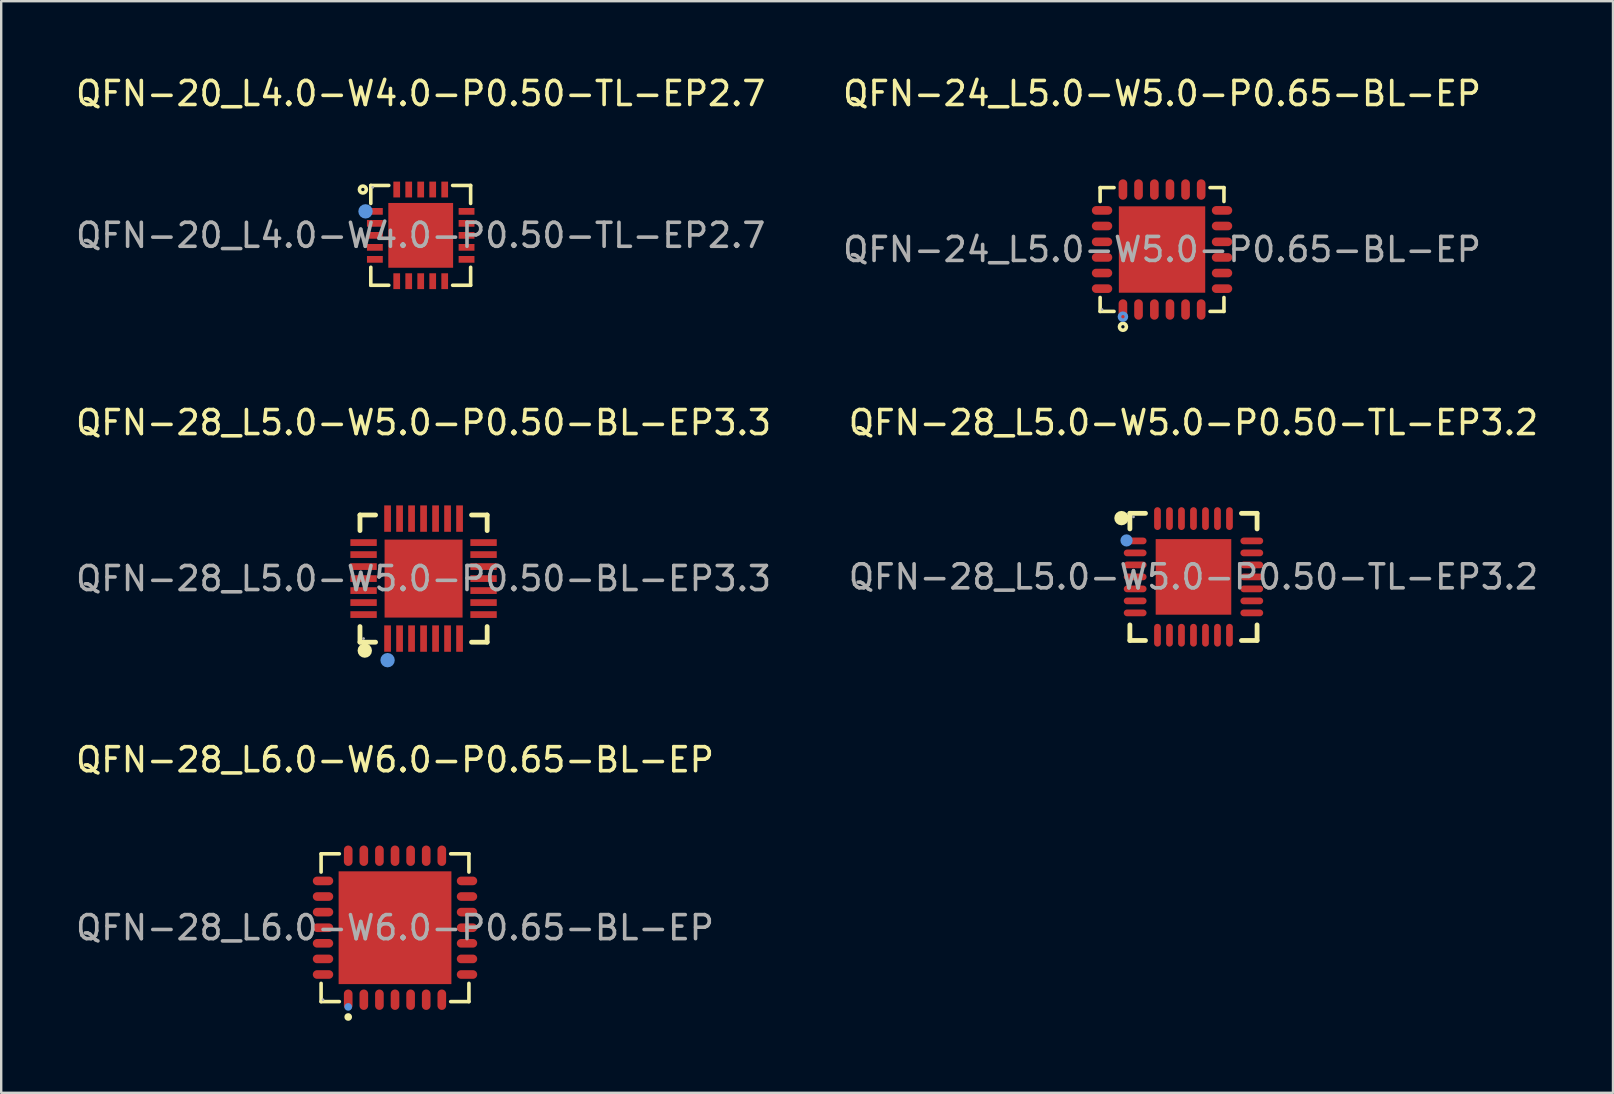
<source format=kicad_pcb>
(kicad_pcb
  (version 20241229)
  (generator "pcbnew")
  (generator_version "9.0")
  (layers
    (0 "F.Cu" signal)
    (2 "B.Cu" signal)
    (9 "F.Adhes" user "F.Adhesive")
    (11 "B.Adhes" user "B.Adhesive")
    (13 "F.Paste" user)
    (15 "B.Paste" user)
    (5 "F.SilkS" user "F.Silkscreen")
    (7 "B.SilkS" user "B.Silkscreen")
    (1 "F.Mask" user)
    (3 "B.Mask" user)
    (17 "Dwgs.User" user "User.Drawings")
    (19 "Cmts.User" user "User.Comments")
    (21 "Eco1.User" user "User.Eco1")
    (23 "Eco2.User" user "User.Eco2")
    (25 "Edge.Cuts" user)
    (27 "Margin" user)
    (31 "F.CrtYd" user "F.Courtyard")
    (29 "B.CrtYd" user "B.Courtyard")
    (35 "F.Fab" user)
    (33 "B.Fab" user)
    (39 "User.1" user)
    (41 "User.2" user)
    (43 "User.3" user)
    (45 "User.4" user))
  (footprint "QFN-24_L5.0-W5.0-P0.65-BL-EP"
    (layer "F.Cu")
    (at 45.375 7.348)
    (property "Reference" "QFN-24_L5.0-W5.0-P0.65-BL-EP" (at 0 -6.5 0) (layer "F.SilkS") (effects (font (size 1 1) (thickness 0.15))))
    (attr through_hole)
    (fp_line (start -2.58 -2.58) (end -2 -2.58) (stroke (width 0.15) (type solid)) (layer "F.SilkS"))
    (fp_line (start -2.58 -2) (end -2.58 -2.58) (stroke (width 0.15) (type solid)) (layer "F.SilkS"))
    (fp_line (start -2.58 2) (end -2.58 2.58) (stroke (width 0.15) (type solid)) (layer "F.SilkS"))
    (fp_line (start -2.58 2.58) (end -2 2.58) (stroke (width 0.15) (type solid)) (layer "F.SilkS"))
    (fp_line (start 2.58 -2.58) (end 2 -2.58) (stroke (width 0.15) (type solid)) (layer "F.SilkS"))
    (fp_line (start 2.58 -2) (end 2.58 -2.58) (stroke (width 0.15) (type solid)) (layer "F.SilkS"))
    (fp_line (start 2.58 2) (end 2.58 2.58) (stroke (width 0.15) (type solid)) (layer "F.SilkS"))
    (fp_line (start 2.58 2.58) (end 2 2.58) (stroke (width 0.15) (type solid)) (layer "F.SilkS"))
    (fp_circle (center -1.63 3.22) (end -1.56 3.22) (stroke (width 0.15) (type solid)) (fill no) (layer "F.SilkS"))
    (fp_circle (center -1.63 2.8) (end -1.56 2.8) (stroke (width 0.15) (type solid)) (fill no) (layer "Cmts.User"))
    (fp_circle (center -2.5 2.5) (end -2.47 2.5) (stroke (width 0.06) (type solid)) (fill no) (layer "F.Fab"))
    (fp_text user "${REFERENCE}" (at 0 0 0) (layer "F.Fab") (effects (font (size 1 1) (thickness 0.15))))
    (pad "1" smd oval (at -1.63 2.5) (size 0.36 0.85) (layers "F.Cu" "F.Mask" "F.Paste"))
    (pad "2" smd oval (at -0.98 2.5) (size 0.36 0.85) (layers "F.Cu" "F.Mask" "F.Paste"))
    (pad "3" smd oval (at -0.32 2.5) (size 0.36 0.85) (layers "F.Cu" "F.Mask" "F.Paste"))
    (pad "4" smd oval (at 0.33 2.5) (size 0.36 0.85) (layers "F.Cu" "F.Mask" "F.Paste"))
    (pad "5" smd oval (at 0.98 2.5) (size 0.36 0.85) (layers "F.Cu" "F.Mask" "F.Paste"))
    (pad "6" smd oval (at 1.63 2.5) (size 0.36 0.85) (layers "F.Cu" "F.Mask" "F.Paste"))
    (pad "7" smd oval (at 2.5 1.63) (size 0.85 0.36) (layers "F.Cu" "F.Mask" "F.Paste"))
    (pad "8" smd oval (at 2.5 0.98) (size 0.85 0.36) (layers "F.Cu" "F.Mask" "F.Paste"))
    (pad "9" smd oval (at 2.5 0.33) (size 0.85 0.36) (layers "F.Cu" "F.Mask" "F.Paste"))
    (pad "10" smd oval (at 2.5 -0.32) (size 0.85 0.36) (layers "F.Cu" "F.Mask" "F.Paste"))
    (pad "11" smd oval (at 2.5 -0.98) (size 0.85 0.36) (layers "F.Cu" "F.Mask" "F.Paste"))
    (pad "12" smd oval (at 2.5 -1.63) (size 0.85 0.36) (layers "F.Cu" "F.Mask" "F.Paste"))
    (pad "13" smd oval (at 1.63 -2.5) (size 0.36 0.85) (layers "F.Cu" "F.Mask" "F.Paste"))
    (pad "14" smd oval (at 0.98 -2.5) (size 0.36 0.85) (layers "F.Cu" "F.Mask" "F.Paste"))
    (pad "15" smd oval (at 0.33 -2.5) (size 0.36 0.85) (layers "F.Cu" "F.Mask" "F.Paste"))
    (pad "16" smd oval (at -0.32 -2.5) (size 0.36 0.85) (layers "F.Cu" "F.Mask" "F.Paste"))
    (pad "17" smd oval (at -0.98 -2.5) (size 0.36 0.85) (layers "F.Cu" "F.Mask" "F.Paste"))
    (pad "18" smd oval (at -1.63 -2.5) (size 0.36 0.85) (layers "F.Cu" "F.Mask" "F.Paste"))
    (pad "19" smd oval (at -2.5 -1.63) (size 0.85 0.36) (layers "F.Cu" "F.Mask" "F.Paste"))
    (pad "20" smd oval (at -2.5 -0.98) (size 0.85 0.36) (layers "F.Cu" "F.Mask" "F.Paste"))
    (pad "21" smd oval (at -2.5 -0.32) (size 0.85 0.36) (layers "F.Cu" "F.Mask" "F.Paste"))
    (pad "22" smd oval (at -2.5 0.33) (size 0.85 0.36) (layers "F.Cu" "F.Mask" "F.Paste"))
    (pad "23" smd oval (at -2.5 0.98) (size 0.85 0.36) (layers "F.Cu" "F.Mask" "F.Paste"))
    (pad "24" smd oval (at -2.5 1.63) (size 0.85 0.36) (layers "F.Cu" "F.Mask" "F.Paste"))
    (pad "25" smd rect (at 0 0) (size 3.6 3.6) (layers "F.Cu" "F.Mask" "F.Paste")))
  (footprint "QFN-28_L5.0-W5.0-P0.50-BL-EP3.3"
    (layer "F.Cu")
    (at 14.601 21.061)
    (property "Reference" "QFN-28_L5.0-W5.0-P0.50-BL-EP3.3" (at 0 -6.5 0) (layer "F.SilkS") (effects (font (size 1 1) (thickness 0.15))))
    (attr through_hole)
    (fp_line (start -2.65 -2.65) (end -2.65 -2) (stroke (width 0.2) (type solid)) (layer "F.SilkS"))
    (fp_line (start -2.65 2.65) (end -2.65 2) (stroke (width 0.2) (type solid)) (layer "F.SilkS"))
    (fp_line (start -2 -2.65) (end -2.65 -2.65) (stroke (width 0.2) (type solid)) (layer "F.SilkS"))
    (fp_line (start -2 2.65) (end -2.65 2.65) (stroke (width 0.2) (type solid)) (layer "F.SilkS"))
    (fp_line (start 2 2.65) (end 2.65 2.65) (stroke (width 0.2) (type solid)) (layer "F.SilkS"))
    (fp_line (start 2.65 -2.65) (end 2 -2.65) (stroke (width 0.2) (type solid)) (layer "F.SilkS"))
    (fp_line (start 2.65 -2) (end 2.65 -2.65) (stroke (width 0.2) (type solid)) (layer "F.SilkS"))
    (fp_line (start 2.65 2.65) (end 2.65 2) (stroke (width 0.2) (type solid)) (layer "F.SilkS"))
    (fp_arc (start -2.45 3) (mid -2.45 3) (end -2.45 3) (stroke (width 0.3) (type solid)) (layer "F.SilkS"))
    (fp_circle (center -1.5 3.4) (end -1.35 3.4) (stroke (width 0.3) (type solid)) (fill no) (layer "Cmts.User"))
    (fp_circle (center -2.5 2.5) (end -2.47 2.5) (stroke (width 0.06) (type solid)) (fill no) (layer "F.Fab"))
    (fp_text user "${REFERENCE}" (at 0 0 0) (layer "F.Fab") (effects (font (size 1 1) (thickness 0.15))))
    (pad "1" smd rect (at -1.5 2.5 180) (size 0.28 1.1) (layers "F.Cu" "F.Mask" "F.Paste"))
    (pad "2" smd rect (at -1 2.5 180) (size 0.28 1.1) (layers "F.Cu" "F.Mask" "F.Paste"))
    (pad "3" smd rect (at -0.5 2.5 180) (size 0.28 1.1) (layers "F.Cu" "F.Mask" "F.Paste"))
    (pad "4" smd rect (at 0 2.5 180) (size 0.28 1.1) (layers "F.Cu" "F.Mask" "F.Paste"))
    (pad "5" smd rect (at 0.5 2.5 180) (size 0.28 1.1) (layers "F.Cu" "F.Mask" "F.Paste"))
    (pad "6" smd rect (at 1 2.5 180) (size 0.28 1.1) (layers "F.Cu" "F.Mask" "F.Paste"))
    (pad "7" smd rect (at 1.5 2.5 180) (size 0.28 1.1) (layers "F.Cu" "F.Mask" "F.Paste"))
    (pad "8" smd rect (at 2.5 1.5 90) (size 0.28 1.1) (layers "F.Cu" "F.Mask" "F.Paste"))
    (pad "9" smd rect (at 2.5 1 90) (size 0.28 1.1) (layers "F.Cu" "F.Mask" "F.Paste"))
    (pad "10" smd rect (at 2.5 0.5 90) (size 0.28 1.1) (layers "F.Cu" "F.Mask" "F.Paste"))
    (pad "11" smd rect (at 2.5 0 90) (size 0.28 1.1) (layers "F.Cu" "F.Mask" "F.Paste"))
    (pad "12" smd rect (at 2.5 -0.5 90) (size 0.28 1.1) (layers "F.Cu" "F.Mask" "F.Paste"))
    (pad "13" smd rect (at 2.5 -1 90) (size 0.28 1.1) (layers "F.Cu" "F.Mask" "F.Paste"))
    (pad "14" smd rect (at 2.5 -1.5 90) (size 0.28 1.1) (layers "F.Cu" "F.Mask" "F.Paste"))
    (pad "15" smd rect (at 1.5 -2.5 180) (size 0.28 1.1) (layers "F.Cu" "F.Mask" "F.Paste"))
    (pad "16" smd rect (at 1 -2.5 180) (size 0.28 1.1) (layers "F.Cu" "F.Mask" "F.Paste"))
    (pad "17" smd rect (at 0.5 -2.5 180) (size 0.28 1.1) (layers "F.Cu" "F.Mask" "F.Paste"))
    (pad "18" smd rect (at 0 -2.5 180) (size 0.28 1.1) (layers "F.Cu" "F.Mask" "F.Paste"))
    (pad "19" smd rect (at -0.5 -2.5 180) (size 0.28 1.1) (layers "F.Cu" "F.Mask" "F.Paste"))
    (pad "20" smd rect (at -1 -2.5 180) (size 0.28 1.1) (layers "F.Cu" "F.Mask" "F.Paste"))
    (pad "21" smd rect (at -1.5 -2.5 180) (size 0.28 1.1) (layers "F.Cu" "F.Mask" "F.Paste"))
    (pad "22" smd rect (at -2.5 -1.5 90) (size 0.28 1.1) (layers "F.Cu" "F.Mask" "F.Paste"))
    (pad "23" smd rect (at -2.5 -1 90) (size 0.28 1.1) (layers "F.Cu" "F.Mask" "F.Paste"))
    (pad "24" smd rect (at -2.5 -0.5 90) (size 0.28 1.1) (layers "F.Cu" "F.Mask" "F.Paste"))
    (pad "25" smd rect (at -2.5 0 90) (size 0.28 1.1) (layers "F.Cu" "F.Mask" "F.Paste"))
    (pad "26" smd rect (at -2.5 0.5 90) (size 0.28 1.1) (layers "F.Cu" "F.Mask" "F.Paste"))
    (pad "27" smd rect (at -2.5 1 90) (size 0.28 1.1) (layers "F.Cu" "F.Mask" "F.Paste"))
    (pad "28" smd rect (at -2.5 1.5 90) (size 0.28 1.1) (layers "F.Cu" "F.Mask" "F.Paste"))
    (pad "29" smd rect (at 0 0 90) (size 3.25 3.25) (layers "F.Cu" "F.Mask" "F.Paste")))
  (footprint "QFN-20_L4.0-W4.0-P0.50-TL-EP2.7"
    (layer "F.Cu")
    (at 14.482 6.758)
    (property "Reference" "QFN-20_L4.0-W4.0-P0.50-TL-EP2.7" (at 0 -5.91 0) (layer "F.SilkS") (effects (font (size 1 1) (thickness 0.15))))
    (attr through_hole)
    (fp_line (start -2.08 -2.08) (end -2.08 -1.33) (stroke (width 0.15) (type solid)) (layer "F.SilkS"))
    (fp_line (start -2.08 2.08) (end -2.08 1.33) (stroke (width 0.15) (type solid)) (layer "F.SilkS"))
    (fp_line (start -1.33 -2.08) (end -2.08 -2.08) (stroke (width 0.15) (type solid)) (layer "F.SilkS"))
    (fp_line (start -1.33 2.08) (end -2.08 2.08) (stroke (width 0.15) (type solid)) (layer "F.SilkS"))
    (fp_line (start 1.33 -2.08) (end 2.08 -2.08) (stroke (width 0.15) (type solid)) (layer "F.SilkS"))
    (fp_line (start 1.33 2.08) (end 2.08 2.08) (stroke (width 0.15) (type solid)) (layer "F.SilkS"))
    (fp_line (start 2.08 -2.08) (end 2.08 -1.33) (stroke (width 0.15) (type solid)) (layer "F.SilkS"))
    (fp_line (start 2.08 2.08) (end 2.08 1.33) (stroke (width 0.15) (type solid)) (layer "F.SilkS"))
    (fp_circle (center -2.41 -1.91) (end -2.34 -1.91) (stroke (width 0.15) (type solid)) (fill no) (layer "F.SilkS"))
    (fp_circle (center -2.3 -1) (end -2.15 -1) (stroke (width 0.3) (type solid)) (fill no) (layer "Cmts.User"))
    (fp_circle (center -2 -2) (end -1.97 -2) (stroke (width 0.06) (type solid)) (fill no) (layer "F.Fab"))
    (fp_text user "${REFERENCE}" (at 0 0 0) (layer "F.Fab") (effects (font (size 1 1) (thickness 0.15))))
    (pad "1" smd rect (at -1.91 -1) (size 0.66 0.28) (layers "F.Cu" "F.Mask" "F.Paste"))
    (pad "2" smd rect (at -1.91 -0.5) (size 0.66 0.28) (layers "F.Cu" "F.Mask" "F.Paste"))
    (pad "3" smd rect (at -1.91 0) (size 0.66 0.28) (layers "F.Cu" "F.Mask" "F.Paste"))
    (pad "4" smd rect (at -1.91 0.5) (size 0.66 0.28) (layers "F.Cu" "F.Mask" "F.Paste"))
    (pad "5" smd rect (at -1.91 1) (size 0.66 0.28) (layers "F.Cu" "F.Mask" "F.Paste"))
    (pad "6" smd rect (at -1 1.91) (size 0.28 0.66) (layers "F.Cu" "F.Mask" "F.Paste"))
    (pad "7" smd rect (at -0.5 1.91) (size 0.28 0.66) (layers "F.Cu" "F.Mask" "F.Paste"))
    (pad "8" smd rect (at 0 1.91) (size 0.28 0.66) (layers "F.Cu" "F.Mask" "F.Paste"))
    (pad "9" smd rect (at 0.5 1.91) (size 0.28 0.66) (layers "F.Cu" "F.Mask" "F.Paste"))
    (pad "10" smd rect (at 1 1.91) (size 0.28 0.66) (layers "F.Cu" "F.Mask" "F.Paste"))
    (pad "11" smd rect (at 1.91 1) (size 0.66 0.28) (layers "F.Cu" "F.Mask" "F.Paste"))
    (pad "12" smd rect (at 1.91 0.5) (size 0.66 0.28) (layers "F.Cu" "F.Mask" "F.Paste"))
    (pad "13" smd rect (at 1.91 0) (size 0.66 0.28) (layers "F.Cu" "F.Mask" "F.Paste"))
    (pad "14" smd rect (at 1.91 -0.5) (size 0.66 0.28) (layers "F.Cu" "F.Mask" "F.Paste"))
    (pad "15" smd rect (at 1.91 -1) (size 0.66 0.28) (layers "F.Cu" "F.Mask" "F.Paste"))
    (pad "16" smd rect (at 1 -1.91) (size 0.28 0.66) (layers "F.Cu" "F.Mask" "F.Paste"))
    (pad "17" smd rect (at 0.5 -1.91) (size 0.28 0.66) (layers "F.Cu" "F.Mask" "F.Paste"))
    (pad "18" smd rect (at 0 -1.91) (size 0.28 0.66) (layers "F.Cu" "F.Mask" "F.Paste"))
    (pad "19" smd rect (at -0.5 -1.91) (size 0.28 0.66) (layers "F.Cu" "F.Mask" "F.Paste"))
    (pad "20" smd rect (at -1 -1.91) (size 0.28 0.66) (layers "F.Cu" "F.Mask" "F.Paste"))
    (pad "21" smd rect (at 0 0) (size 2.7 2.7) (layers "F.Cu" "F.Mask" "F.Paste")))
  (footprint "QFN-28_L6.0-W6.0-P0.65-BL-EP"
    (layer "F.Cu")
    (at 13.411 35.61)
    (property "Reference" "QFN-28_L6.0-W6.0-P0.65-BL-EP" (at 0 -7 0) (layer "F.SilkS") (effects (font (size 1 1) (thickness 0.15))))
    (attr through_hole)
    (fp_line (start -3.08 -3.08) (end -2.32 -3.08) (stroke (width 0.15) (type solid)) (layer "F.SilkS"))
    (fp_line (start -3.08 -2.32) (end -3.08 -3.08) (stroke (width 0.15) (type solid)) (layer "F.SilkS"))
    (fp_line (start -3.08 2.32) (end -3.08 3.08) (stroke (width 0.15) (type solid)) (layer "F.SilkS"))
    (fp_line (start -3.08 3.08) (end -2.32 3.08) (stroke (width 0.15) (type solid)) (layer "F.SilkS"))
    (fp_line (start 3.08 -3.08) (end 2.32 -3.08) (stroke (width 0.15) (type solid)) (layer "F.SilkS"))
    (fp_line (start 3.08 -2.32) (end 3.08 -3.08) (stroke (width 0.15) (type solid)) (layer "F.SilkS"))
    (fp_line (start 3.08 2.32) (end 3.08 3.08) (stroke (width 0.15) (type solid)) (layer "F.SilkS"))
    (fp_line (start 3.08 3.08) (end 2.32 3.08) (stroke (width 0.15) (type solid)) (layer "F.SilkS"))
    (fp_circle (center -1.95 3.72) (end -1.87 3.72) (stroke (width 0.16) (type solid)) (fill no) (layer "F.SilkS"))
    (fp_circle (center -1.95 3.3) (end -1.87 3.3) (stroke (width 0.16) (type solid)) (fill no) (layer "Cmts.User"))
    (fp_circle (center -3 3) (end -2.97 3) (stroke (width 0.06) (type solid)) (fill no) (layer "F.Fab"))
    (fp_text user "${REFERENCE}" (at 0 0 0) (layer "F.Fab") (effects (font (size 1 1) (thickness 0.15))))
    (pad "1" smd oval (at -1.95 3) (size 0.36 0.85) (layers "F.Cu" "F.Mask" "F.Paste"))
    (pad "2" smd oval (at -1.3 3) (size 0.36 0.85) (layers "F.Cu" "F.Mask" "F.Paste"))
    (pad "3" smd oval (at -0.65 3) (size 0.36 0.85) (layers "F.Cu" "F.Mask" "F.Paste"))
    (pad "4" smd oval (at 0 3) (size 0.36 0.85) (layers "F.Cu" "F.Mask" "F.Paste"))
    (pad "5" smd oval (at 0.65 3) (size 0.36 0.85) (layers "F.Cu" "F.Mask" "F.Paste"))
    (pad "6" smd oval (at 1.3 3) (size 0.36 0.85) (layers "F.Cu" "F.Mask" "F.Paste"))
    (pad "7" smd oval (at 1.95 3) (size 0.36 0.85) (layers "F.Cu" "F.Mask" "F.Paste"))
    (pad "8" smd oval (at 3 1.95) (size 0.85 0.36) (layers "F.Cu" "F.Mask" "F.Paste"))
    (pad "9" smd oval (at 3 1.3) (size 0.85 0.36) (layers "F.Cu" "F.Mask" "F.Paste"))
    (pad "10" smd oval (at 3 0.65) (size 0.85 0.36) (layers "F.Cu" "F.Mask" "F.Paste"))
    (pad "11" smd oval (at 3 0) (size 0.85 0.36) (layers "F.Cu" "F.Mask" "F.Paste"))
    (pad "12" smd oval (at 3 -0.65) (size 0.85 0.36) (layers "F.Cu" "F.Mask" "F.Paste"))
    (pad "13" smd oval (at 3 -1.3) (size 0.85 0.36) (layers "F.Cu" "F.Mask" "F.Paste"))
    (pad "14" smd oval (at 3 -1.95) (size 0.85 0.36) (layers "F.Cu" "F.Mask" "F.Paste"))
    (pad "15" smd oval (at 1.95 -3) (size 0.36 0.85) (layers "F.Cu" "F.Mask" "F.Paste"))
    (pad "16" smd oval (at 1.3 -3) (size 0.36 0.85) (layers "F.Cu" "F.Mask" "F.Paste"))
    (pad "17" smd oval (at 0.65 -3) (size 0.36 0.85) (layers "F.Cu" "F.Mask" "F.Paste"))
    (pad "18" smd oval (at 0 -3) (size 0.36 0.85) (layers "F.Cu" "F.Mask" "F.Paste"))
    (pad "19" smd oval (at -0.65 -3) (size 0.36 0.85) (layers "F.Cu" "F.Mask" "F.Paste"))
    (pad "20" smd oval (at -1.3 -3) (size 0.36 0.85) (layers "F.Cu" "F.Mask" "F.Paste"))
    (pad "21" smd oval (at -1.95 -3) (size 0.36 0.85) (layers "F.Cu" "F.Mask" "F.Paste"))
    (pad "22" smd oval (at -3 -1.95) (size 0.85 0.36) (layers "F.Cu" "F.Mask" "F.Paste"))
    (pad "23" smd oval (at -3 -1.3) (size 0.85 0.36) (layers "F.Cu" "F.Mask" "F.Paste"))
    (pad "24" smd oval (at -3 -0.65) (size 0.85 0.36) (layers "F.Cu" "F.Mask" "F.Paste"))
    (pad "25" smd oval (at -3 0) (size 0.85 0.36) (layers "F.Cu" "F.Mask" "F.Paste"))
    (pad "26" smd oval (at -3 0.65) (size 0.85 0.36) (layers "F.Cu" "F.Mask" "F.Paste"))
    (pad "27" smd oval (at -3 1.3) (size 0.85 0.36) (layers "F.Cu" "F.Mask" "F.Paste"))
    (pad "28" smd oval (at -3 1.95) (size 0.85 0.36) (layers "F.Cu" "F.Mask" "F.Paste"))
    (pad "29" smd rect (at 0 0) (size 4.7 4.7) (layers "F.Cu" "F.Mask" "F.Paste")))
  (footprint "QFN-28_L5.0-W5.0-P0.50-TL-EP3.2"
    (layer "F.Cu")
    (at 46.685 20.991)
    (property "Reference" "QFN-28_L5.0-W5.0-P0.50-TL-EP3.2" (at 0 -6.43 0) (layer "F.SilkS") (effects (font (size 1 1) (thickness 0.15))))
    (attr through_hole)
    (fp_line (start -2.65 -2.65) (end -2 -2.65) (stroke (width 0.2) (type solid)) (layer "F.SilkS"))
    (fp_line (start -2.65 -2) (end -2.65 -2.65) (stroke (width 0.2) (type solid)) (layer "F.SilkS"))
    (fp_line (start -2.65 2) (end -2.65 2.65) (stroke (width 0.2) (type solid)) (layer "F.SilkS"))
    (fp_line (start -2.65 2.65) (end -2 2.65) (stroke (width 0.2) (type solid)) (layer "F.SilkS"))
    (fp_line (start 2 2.65) (end 2.65 2.65) (stroke (width 0.2) (type solid)) (layer "F.SilkS"))
    (fp_line (start 2.65 -2.65) (end 2 -2.65) (stroke (width 0.2) (type solid)) (layer "F.SilkS"))
    (fp_line (start 2.65 -2) (end 2.65 -2.65) (stroke (width 0.2) (type solid)) (layer "F.SilkS"))
    (fp_line (start 2.65 2.65) (end 2.65 2) (stroke (width 0.2) (type solid)) (layer "F.SilkS"))
    (fp_arc (start -3 -2.45) (mid -3 -2.45) (end -3 -2.45) (stroke (width 0.3) (type solid)) (layer "F.SilkS"))
    (fp_circle (center -2.79 -1.52) (end -2.66 -1.52) (stroke (width 0.25) (type solid)) (fill no) (layer "Cmts.User"))
    (fp_circle (center -2.5 -2.5) (end -2.47 -2.5) (stroke (width 0.06) (type solid)) (fill no) (layer "F.Fab"))
    (fp_text user "${REFERENCE}" (at 0 0 0) (layer "F.Fab") (effects (font (size 1 1) (thickness 0.15))))
    (pad "1" smd oval (at -2.43 -1.5) (size 0.95 0.28) (layers "F.Cu" "F.Mask" "F.Paste"))
    (pad "2" smd oval (at -2.43 -1) (size 0.95 0.28) (layers "F.Cu" "F.Mask" "F.Paste"))
    (pad "3" smd oval (at -2.43 -0.5) (size 0.95 0.28) (layers "F.Cu" "F.Mask" "F.Paste"))
    (pad "4" smd oval (at -2.43 0) (size 0.95 0.28) (layers "F.Cu" "F.Mask" "F.Paste"))
    (pad "5" smd oval (at -2.43 0.5) (size 0.95 0.28) (layers "F.Cu" "F.Mask" "F.Paste"))
    (pad "6" smd oval (at -2.43 1) (size 0.95 0.28) (layers "F.Cu" "F.Mask" "F.Paste"))
    (pad "7" smd oval (at -2.43 1.5) (size 0.95 0.28) (layers "F.Cu" "F.Mask" "F.Paste"))
    (pad "8" smd oval (at -1.5 2.43) (size 0.28 0.95) (layers "F.Cu" "F.Mask" "F.Paste"))
    (pad "9" smd oval (at -1 2.43) (size 0.28 0.95) (layers "F.Cu" "F.Mask" "F.Paste"))
    (pad "10" smd oval (at -0.5 2.43) (size 0.28 0.95) (layers "F.Cu" "F.Mask" "F.Paste"))
    (pad "11" smd oval (at 0 2.43) (size 0.28 0.95) (layers "F.Cu" "F.Mask" "F.Paste"))
    (pad "12" smd oval (at 0.5 2.43) (size 0.28 0.95) (layers "F.Cu" "F.Mask" "F.Paste"))
    (pad "13" smd oval (at 1 2.43) (size 0.28 0.95) (layers "F.Cu" "F.Mask" "F.Paste"))
    (pad "14" smd oval (at 1.5 2.43) (size 0.28 0.95) (layers "F.Cu" "F.Mask" "F.Paste"))
    (pad "15" smd oval (at 2.43 1.5) (size 0.95 0.28) (layers "F.Cu" "F.Mask" "F.Paste"))
    (pad "16" smd oval (at 2.43 1) (size 0.95 0.28) (layers "F.Cu" "F.Mask" "F.Paste"))
    (pad "17" smd oval (at 2.43 0.5) (size 0.95 0.28) (layers "F.Cu" "F.Mask" "F.Paste"))
    (pad "18" smd oval (at 2.43 0) (size 0.95 0.28) (layers "F.Cu" "F.Mask" "F.Paste"))
    (pad "19" smd oval (at 2.43 -0.5) (size 0.95 0.28) (layers "F.Cu" "F.Mask" "F.Paste"))
    (pad "20" smd oval (at 2.43 -1) (size 0.95 0.28) (layers "F.Cu" "F.Mask" "F.Paste"))
    (pad "21" smd oval (at 2.43 -1.5) (size 0.95 0.28) (layers "F.Cu" "F.Mask" "F.Paste"))
    (pad "22" smd oval (at 1.5 -2.43) (size 0.28 0.95) (layers "F.Cu" "F.Mask" "F.Paste"))
    (pad "23" smd oval (at 1 -2.43) (size 0.28 0.95) (layers "F.Cu" "F.Mask" "F.Paste"))
    (pad "24" smd oval (at 0.5 -2.43) (size 0.28 0.95) (layers "F.Cu" "F.Mask" "F.Paste"))
    (pad "25" smd oval (at 0 -2.43) (size 0.28 0.95) (layers "F.Cu" "F.Mask" "F.Paste"))
    (pad "26" smd oval (at -0.5 -2.43) (size 0.28 0.95) (layers "F.Cu" "F.Mask" "F.Paste"))
    (pad "27" smd oval (at -1 -2.43) (size 0.28 0.95) (layers "F.Cu" "F.Mask" "F.Paste"))
    (pad "28" smd oval (at -1.5 -2.43) (size 0.28 0.95) (layers "F.Cu" "F.Mask" "F.Paste"))
    (pad "29" smd rect (at 0 0) (size 3.15 3.15) (layers "F.Cu" "F.Mask" "F.Paste")))
  (gr_rect
    (start -3 -3)
    (end 64.167 42.49)
    (stroke (width 0.1) (type default))
    (fill no)
    (layer "Edge.Cuts")))
</source>
